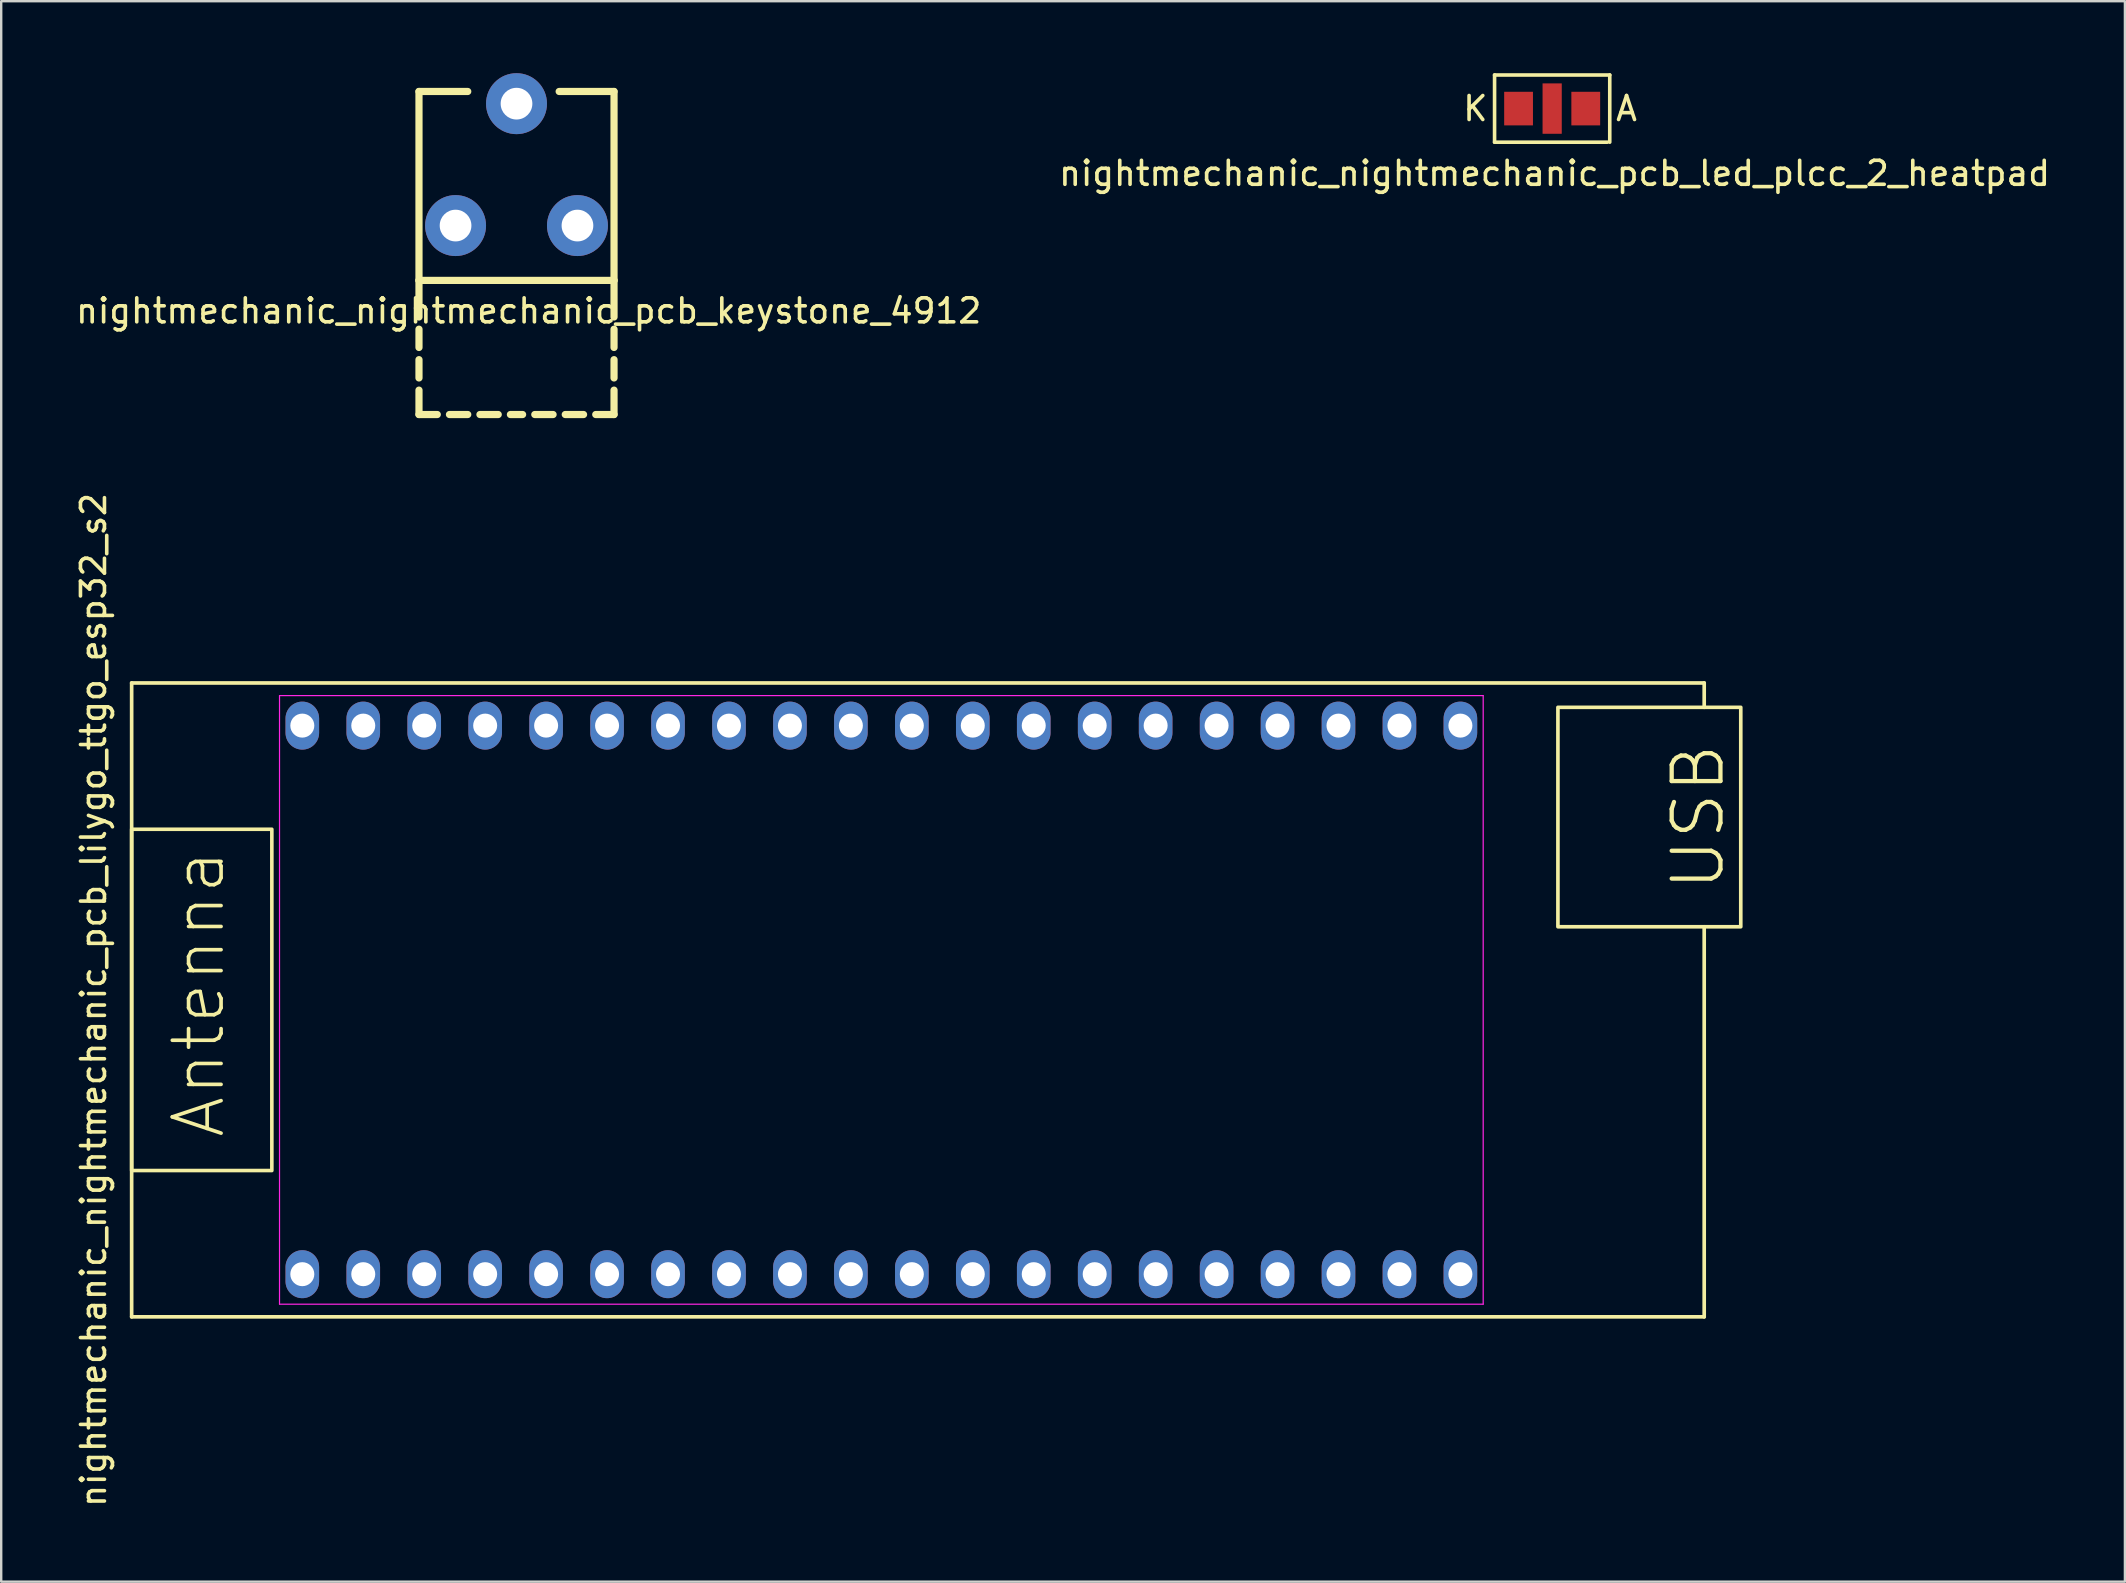
<source format=kicad_pcb>
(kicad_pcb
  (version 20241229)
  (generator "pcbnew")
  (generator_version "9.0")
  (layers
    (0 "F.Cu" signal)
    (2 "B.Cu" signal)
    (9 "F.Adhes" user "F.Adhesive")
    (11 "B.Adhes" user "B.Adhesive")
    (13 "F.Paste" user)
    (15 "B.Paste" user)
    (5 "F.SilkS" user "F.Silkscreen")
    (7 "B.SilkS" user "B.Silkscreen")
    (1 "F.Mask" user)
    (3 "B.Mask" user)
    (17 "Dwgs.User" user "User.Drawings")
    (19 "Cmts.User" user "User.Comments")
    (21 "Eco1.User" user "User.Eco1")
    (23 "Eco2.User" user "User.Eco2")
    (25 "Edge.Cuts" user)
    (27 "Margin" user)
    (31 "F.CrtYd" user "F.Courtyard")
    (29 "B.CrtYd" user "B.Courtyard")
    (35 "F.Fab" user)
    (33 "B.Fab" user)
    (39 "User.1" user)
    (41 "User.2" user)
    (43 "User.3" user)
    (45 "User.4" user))
  (footprint "nightmechanic_nightmechanic_pcb_led_plcc_2_heatpad"
    (layer "F.Cu")
    (at 61.632 1.475)
    (property "Reference" "nightmechanic_nightmechanic_pcb_led_plcc_2_heatpad" (at 0.1 2.7 0) (layer "F.SilkS") (effects (font (size 1 1) (thickness 0.15))))
    (attr through_hole)
    (fp_line (start -2.4 -1.4) (end 2.4 -1.4) (stroke (width 0.15) (type solid)) (layer "F.SilkS"))
    (fp_line (start -2.4 1.4) (end -2.4 -1.4) (stroke (width 0.15) (type solid)) (layer "F.SilkS"))
    (fp_line (start 2.3 1.4) (end -2.4 1.4) (stroke (width 0.15) (type solid)) (layer "F.SilkS"))
    (fp_line (start 2.4 -1.4) (end 2.4 1.4) (stroke (width 0.15) (type solid)) (layer "F.SilkS"))
    (fp_text user "A" (at 3.1 0 0) (layer "F.SilkS") (effects (font (size 1 1) (thickness 0.15))))
    (fp_text user "K" (at -3.2 0 0) (layer "F.SilkS") (effects (font (size 1 1) (thickness 0.15))))
    (pad "1" smd rect (at -1.4 0) (size 1.2 1.4) (layers "F.Cu" "F.Mask" "F.Paste"))
    (pad "1" smd rect (at 0 0) (size 0.8 2.1) (layers "F.Cu" "F.Mask" "F.Paste"))
    (pad "2" smd rect (at 1.4 0) (size 1.2 1.4) (layers "F.Cu" "F.Mask" "F.Paste")))
  (footprint "nightmechanic_nightmechanic_pcb_keystone_4912"
    (layer "F.Cu")
    (at 18.474 6.35)
    (property "Reference" "nightmechanic_nightmechanic_pcb_keystone_4912" (at 0.508 3.556 0) (layer "F.SilkS") (effects (font (size 1 1) (thickness 0.15))))
    (attr through_hole)
    (fp_line (start -4.064 -5.588) (end -2.032 -5.588) (stroke (width 0.3) (type solid)) (layer "F.SilkS"))
    (fp_line (start -4.064 2.286) (end -4.064 -5.588) (stroke (width 0.3) (type solid)) (layer "F.SilkS"))
    (fp_line (start -4.064 3.81) (end -4.064 2.286) (stroke (width 0.3) (type solid)) (layer "F.SilkS"))
    (fp_line (start -4.064 5.08) (end -4.064 4.318) (stroke (width 0.3) (type solid)) (layer "F.SilkS"))
    (fp_line (start -4.064 6.35) (end -4.064 5.588) (stroke (width 0.3) (type solid)) (layer "F.SilkS"))
    (fp_line (start -4.064 7.874) (end -4.064 6.858) (stroke (width 0.3) (type solid)) (layer "F.SilkS"))
    (fp_line (start -3.302 7.874) (end -4.064 7.874) (stroke (width 0.3) (type solid)) (layer "F.SilkS"))
    (fp_line (start -2.032 7.874) (end -2.794 7.874) (stroke (width 0.3) (type solid)) (layer "F.SilkS"))
    (fp_line (start -0.762 7.874) (end -1.524 7.874) (stroke (width 0.3) (type solid)) (layer "F.SilkS"))
    (fp_line (start 0.254 7.874) (end -0.254 7.874) (stroke (width 0.3) (type solid)) (layer "F.SilkS"))
    (fp_line (start 1.524 7.874) (end 0.762 7.874) (stroke (width 0.3) (type solid)) (layer "F.SilkS"))
    (fp_line (start 1.778 -5.588) (end 4.064 -5.588) (stroke (width 0.3) (type solid)) (layer "F.SilkS"))
    (fp_line (start 2.794 7.874) (end 2.032 7.874) (stroke (width 0.3) (type solid)) (layer "F.SilkS"))
    (fp_line (start 4.064 -5.588) (end 4.064 2.286) (stroke (width 0.3) (type solid)) (layer "F.SilkS"))
    (fp_line (start 4.064 2.286) (end -4.064 2.286) (stroke (width 0.3) (type solid)) (layer "F.SilkS"))
    (fp_line (start 4.064 2.286) (end 4.064 3.81) (stroke (width 0.3) (type solid)) (layer "F.SilkS"))
    (fp_line (start 4.064 4.318) (end 4.064 5.08) (stroke (width 0.3) (type solid)) (layer "F.SilkS"))
    (fp_line (start 4.064 5.588) (end 4.064 6.35) (stroke (width 0.3) (type solid)) (layer "F.SilkS"))
    (fp_line (start 4.064 6.858) (end 4.064 7.874) (stroke (width 0.3) (type solid)) (layer "F.SilkS"))
    (fp_line (start 4.064 7.874) (end 3.302 7.874) (stroke (width 0.3) (type solid)) (layer "F.SilkS"))
    (pad "1" thru_hole circle (at -2.54 0) (size 2.54 2.54) (drill 1.321) (layers "*.Cu" "*.Mask"))
    (pad "1" thru_hole circle (at 0 -5.08) (size 2.54 2.54) (drill 1.321) (layers "*.Cu" "*.Mask"))
    (pad "1" thru_hole circle (at 2.54 0) (size 2.54 2.54) (drill 1.321) (layers "*.Cu" "*.Mask")))
  (footprint "nightmechanic_nightmechanic_pcb_lilygo_ttgo_esp32_s2"
    (layer "F.Cu")
    (at 33.678 38.618)
    (property "Reference" "nightmechanic_nightmechanic_pcb_lilygo_ttgo_esp32_s2" (at -32.83 0 90) (layer "F.SilkS") (effects (font (size 1 1) (thickness 0.15))))
    (fp_line (start -31.242 -13.208) (end -31.242 13.208) (stroke (width 0.152) (type solid)) (layer "F.SilkS"))
    (fp_line (start -31.242 13.208) (end 34.29 13.208) (stroke (width 0.152) (type solid)) (layer "F.SilkS"))
    (fp_line (start 34.29 -13.208) (end -31.242 -13.208) (stroke (width 0.152) (type solid)) (layer "F.SilkS"))
    (fp_line (start 34.29 -13.208) (end 34.29 -12.192) (stroke (width 0.152) (type solid)) (layer "F.SilkS"))
    (fp_line (start 34.29 13.208) (end 34.29 -3.048) (stroke (width 0.152) (type solid)) (layer "F.SilkS"))
    (fp_rect (start -31.242 -7.112) (end -25.4 7.112) (stroke (width 0.15) (type solid)) (fill no) (layer "F.SilkS"))
    (fp_rect (start 28.194 -12.192) (end 35.814 -3.048) (stroke (width 0.152) (type solid)) (fill no) (layer "F.SilkS"))
    (fp_line (start -25.08 -12.68) (end 25.08 -12.68) (stroke (width 0.05) (type solid)) (layer "F.CrtYd"))
    (fp_line (start -25.08 12.68) (end -25.08 -12.68) (stroke (width 0.05) (type solid)) (layer "F.CrtYd"))
    (fp_line (start 25.08 -12.68) (end 25.08 12.68) (stroke (width 0.05) (type solid)) (layer "F.CrtYd"))
    (fp_line (start 25.08 12.68) (end -25.08 12.68) (stroke (width 0.05) (type solid)) (layer "F.CrtYd"))
    (fp_text user "Antenna" (at -28.448 -0.254 90) (unlocked yes) (layer "F.SilkS") (effects (font (size 2.032 2.032) (thickness 0.152))))
    (fp_text user "USB" (at 34.036 -7.62 90) (unlocked yes) (layer "F.SilkS") (effects (font (size 2.032 2.032) (thickness 0.178))))
    (pad "1" thru_hole oval (at -24.13 11.43) (size 1.4 2) (drill 1) (layers "*.Cu" "*.Mask"))
    (pad "2" thru_hole oval (at -21.59 11.43) (size 1.4 2) (drill 1) (layers "*.Cu" "*.Mask"))
    (pad "3" thru_hole oval (at -19.05 11.43) (size 1.4 2) (drill 1) (layers "*.Cu" "*.Mask"))
    (pad "4" thru_hole oval (at -16.51 11.43) (size 1.4 2) (drill 1) (layers "*.Cu" "*.Mask"))
    (pad "5" thru_hole oval (at -13.97 11.43) (size 1.4 2) (drill 1) (layers "*.Cu" "*.Mask"))
    (pad "6" thru_hole oval (at -11.43 11.43) (size 1.4 2) (drill 1) (layers "*.Cu" "*.Mask"))
    (pad "7" thru_hole oval (at -8.89 11.43) (size 1.4 2) (drill 1) (layers "*.Cu" "*.Mask"))
    (pad "8" thru_hole oval (at -6.35 11.43) (size 1.4 2) (drill 1) (layers "*.Cu" "*.Mask"))
    (pad "9" thru_hole oval (at -3.81 11.43) (size 1.4 2) (drill 1) (layers "*.Cu" "*.Mask"))
    (pad "10" thru_hole oval (at -1.27 11.43) (size 1.4 2) (drill 1) (layers "*.Cu" "*.Mask"))
    (pad "11" thru_hole oval (at 1.27 11.43) (size 1.4 2) (drill 1) (layers "*.Cu" "*.Mask"))
    (pad "12" thru_hole oval (at 3.81 11.43) (size 1.4 2) (drill 1) (layers "*.Cu" "*.Mask"))
    (pad "13" thru_hole oval (at 6.35 11.43) (size 1.4 2) (drill 1) (layers "*.Cu" "*.Mask"))
    (pad "14" thru_hole oval (at 8.89 11.43) (size 1.4 2) (drill 1) (layers "*.Cu" "*.Mask"))
    (pad "15" thru_hole oval (at 11.43 11.43) (size 1.4 2) (drill 1) (layers "*.Cu" "*.Mask"))
    (pad "16" thru_hole oval (at 13.97 11.43) (size 1.4 2) (drill 1) (layers "*.Cu" "*.Mask"))
    (pad "17" thru_hole oval (at 16.51 11.43) (size 1.4 2) (drill 1) (layers "*.Cu" "*.Mask"))
    (pad "18" thru_hole oval (at 19.05 11.43) (size 1.4 2) (drill 1) (layers "*.Cu" "*.Mask"))
    (pad "19" thru_hole oval (at 21.59 11.43) (size 1.4 2) (drill 1) (layers "*.Cu" "*.Mask"))
    (pad "20" thru_hole oval (at 24.13 11.43) (size 1.4 2) (drill 1) (layers "*.Cu" "*.Mask"))
    (pad "21" thru_hole oval (at 24.13 -11.43) (size 1.4 2) (drill 1) (layers "*.Cu" "*.Mask"))
    (pad "22" thru_hole oval (at 21.59 -11.43) (size 1.4 2) (drill 1) (layers "*.Cu" "*.Mask"))
    (pad "23" thru_hole oval (at 19.05 -11.43) (size 1.4 2) (drill 1) (layers "*.Cu" "*.Mask"))
    (pad "24" thru_hole oval (at 16.51 -11.43) (size 1.4 2) (drill 1) (layers "*.Cu" "*.Mask"))
    (pad "25" thru_hole oval (at 13.97 -11.43) (size 1.4 2) (drill 1) (layers "*.Cu" "*.Mask"))
    (pad "26" thru_hole oval (at 11.43 -11.43) (size 1.4 2) (drill 1) (layers "*.Cu" "*.Mask"))
    (pad "27" thru_hole oval (at 8.89 -11.43) (size 1.4 2) (drill 1) (layers "*.Cu" "*.Mask"))
    (pad "28" thru_hole oval (at 6.35 -11.43) (size 1.4 2) (drill 1) (layers "*.Cu" "*.Mask"))
    (pad "29" thru_hole oval (at 3.81 -11.43) (size 1.4 2) (drill 1) (layers "*.Cu" "*.Mask"))
    (pad "30" thru_hole oval (at 1.27 -11.43) (size 1.4 2) (drill 1) (layers "*.Cu" "*.Mask"))
    (pad "31" thru_hole oval (at -1.27 -11.43) (size 1.4 2) (drill 1) (layers "*.Cu" "*.Mask"))
    (pad "32" thru_hole oval (at -3.81 -11.43) (size 1.4 2) (drill 1) (layers "*.Cu" "*.Mask"))
    (pad "33" thru_hole oval (at -6.35 -11.43) (size 1.4 2) (drill 1) (layers "*.Cu" "*.Mask"))
    (pad "34" thru_hole oval (at -8.89 -11.43) (size 1.4 2) (drill 1) (layers "*.Cu" "*.Mask"))
    (pad "35" thru_hole oval (at -11.43 -11.43) (size 1.4 2) (drill 1) (layers "*.Cu" "*.Mask"))
    (pad "36" thru_hole oval (at -13.97 -11.43) (size 1.4 2) (drill 1) (layers "*.Cu" "*.Mask"))
    (pad "37" thru_hole oval (at -16.51 -11.43) (size 1.4 2) (drill 1) (layers "*.Cu" "*.Mask"))
    (pad "38" thru_hole oval (at -19.05 -11.43) (size 1.4 2) (drill 1) (layers "*.Cu" "*.Mask"))
    (pad "39" thru_hole oval (at -21.59 -11.43) (size 1.4 2) (drill 1) (layers "*.Cu" "*.Mask"))
    (pad "40" thru_hole oval (at -24.13 -11.43) (size 1.4 2) (drill 1) (layers "*.Cu" "*.Mask")))
  (gr_rect
    (start -3 -3)
    (end 85.5 62.862)
    (stroke (width 0.1) (type default))
    (fill no)
    (layer "Edge.Cuts")))
</source>
